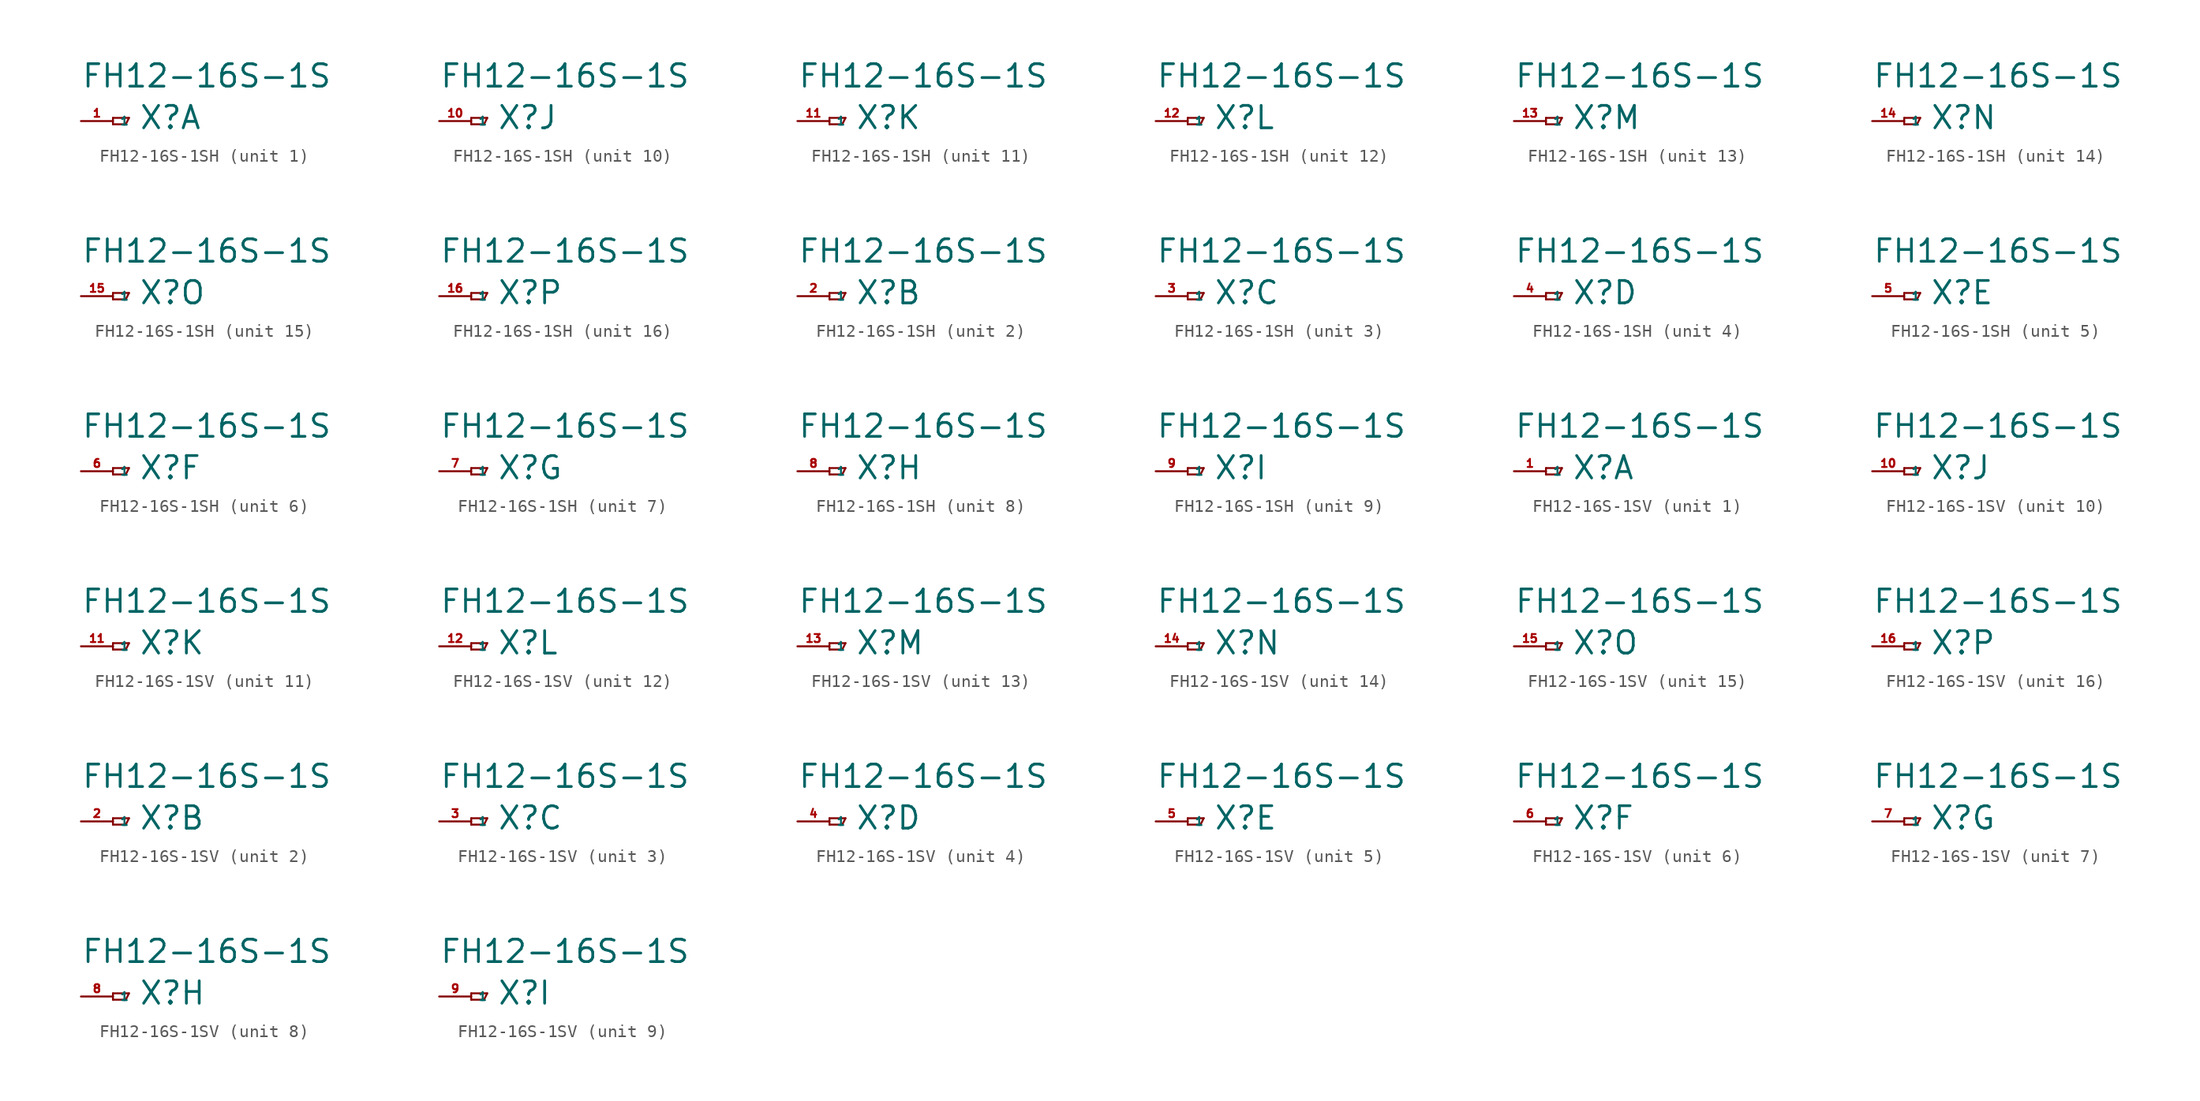
<source format=kicad_sym>
(kicad_symbol_lib
  (version 20220914)
  (generator Eagle2Kicad)
  (symbol "FH12-16S-1SH"
    (property "Reference" "X"
      (at 2.032 -0.762 0)
      (effects (font (size 1.778 1.778) (thickness 0.22)) (justify left bottom)))
    (property "Value" "FH12-16S-1S"
      (at -2.54 2.54 0)
      (effects (font (size 1.778 1.778) (thickness 0.22)) (justify left bottom)))
    (symbol "FH12-16S-1SH_1_0"
      (polyline (pts (xy 0 0.254) (xy 0 -0.254)) (stroke (width 0.152) (type default)) (fill (type none)))
      (polyline (pts (xy 0 -0.254) (xy 1.016 -0.254)) (stroke (width 0.152) (type default)) (fill (type none)))
      (polyline (pts (xy 1.016 -0.254) (xy 1.27 0.254)) (stroke (width 0.152) (type default)) (fill (type none)))
      (polyline (pts (xy 1.27 0.254) (xy 0 0.254)) (stroke (width 0.152) (type default)) (fill (type none)))
      (pin passive line (at -2.54 0 0) (length 2.54) (name "1" (effects (font (size 0.635 0.635) (thickness 0.08)) (justify left bottom))) (number "1" (effects (font (size 0.635 0.635) (thickness 0.08)) (justify left bottom)))))
    (symbol "FH12-16S-1SH_2_0"
      (polyline (pts (xy 0 0.254) (xy 0 -0.254)) (stroke (width 0.152) (type default)) (fill (type none)))
      (polyline (pts (xy 0 -0.254) (xy 1.016 -0.254)) (stroke (width 0.152) (type default)) (fill (type none)))
      (polyline (pts (xy 1.016 -0.254) (xy 1.27 0.254)) (stroke (width 0.152) (type default)) (fill (type none)))
      (polyline (pts (xy 1.27 0.254) (xy 0 0.254)) (stroke (width 0.152) (type default)) (fill (type none)))
      (pin passive line (at -2.54 0 0) (length 2.54) (name "1" (effects (font (size 0.635 0.635) (thickness 0.08)) (justify left bottom))) (number "2" (effects (font (size 0.635 0.635) (thickness 0.08)) (justify left bottom)))))
    (symbol "FH12-16S-1SH_3_0"
      (polyline (pts (xy 0 0.254) (xy 0 -0.254)) (stroke (width 0.152) (type default)) (fill (type none)))
      (polyline (pts (xy 0 -0.254) (xy 1.016 -0.254)) (stroke (width 0.152) (type default)) (fill (type none)))
      (polyline (pts (xy 1.016 -0.254) (xy 1.27 0.254)) (stroke (width 0.152) (type default)) (fill (type none)))
      (polyline (pts (xy 1.27 0.254) (xy 0 0.254)) (stroke (width 0.152) (type default)) (fill (type none)))
      (pin passive line (at -2.54 0 0) (length 2.54) (name "1" (effects (font (size 0.635 0.635) (thickness 0.08)) (justify left bottom))) (number "3" (effects (font (size 0.635 0.635) (thickness 0.08)) (justify left bottom)))))
    (symbol "FH12-16S-1SH_4_0"
      (polyline (pts (xy 0 0.254) (xy 0 -0.254)) (stroke (width 0.152) (type default)) (fill (type none)))
      (polyline (pts (xy 0 -0.254) (xy 1.016 -0.254)) (stroke (width 0.152) (type default)) (fill (type none)))
      (polyline (pts (xy 1.016 -0.254) (xy 1.27 0.254)) (stroke (width 0.152) (type default)) (fill (type none)))
      (polyline (pts (xy 1.27 0.254) (xy 0 0.254)) (stroke (width 0.152) (type default)) (fill (type none)))
      (pin passive line (at -2.54 0 0) (length 2.54) (name "1" (effects (font (size 0.635 0.635) (thickness 0.08)) (justify left bottom))) (number "4" (effects (font (size 0.635 0.635) (thickness 0.08)) (justify left bottom)))))
    (symbol "FH12-16S-1SH_5_0"
      (polyline (pts (xy 0 0.254) (xy 0 -0.254)) (stroke (width 0.152) (type default)) (fill (type none)))
      (polyline (pts (xy 0 -0.254) (xy 1.016 -0.254)) (stroke (width 0.152) (type default)) (fill (type none)))
      (polyline (pts (xy 1.016 -0.254) (xy 1.27 0.254)) (stroke (width 0.152) (type default)) (fill (type none)))
      (polyline (pts (xy 1.27 0.254) (xy 0 0.254)) (stroke (width 0.152) (type default)) (fill (type none)))
      (pin passive line (at -2.54 0 0) (length 2.54) (name "1" (effects (font (size 0.635 0.635) (thickness 0.08)) (justify left bottom))) (number "5" (effects (font (size 0.635 0.635) (thickness 0.08)) (justify left bottom)))))
    (symbol "FH12-16S-1SH_6_0"
      (polyline (pts (xy 0 0.254) (xy 0 -0.254)) (stroke (width 0.152) (type default)) (fill (type none)))
      (polyline (pts (xy 0 -0.254) (xy 1.016 -0.254)) (stroke (width 0.152) (type default)) (fill (type none)))
      (polyline (pts (xy 1.016 -0.254) (xy 1.27 0.254)) (stroke (width 0.152) (type default)) (fill (type none)))
      (polyline (pts (xy 1.27 0.254) (xy 0 0.254)) (stroke (width 0.152) (type default)) (fill (type none)))
      (pin passive line (at -2.54 0 0) (length 2.54) (name "1" (effects (font (size 0.635 0.635) (thickness 0.08)) (justify left bottom))) (number "6" (effects (font (size 0.635 0.635) (thickness 0.08)) (justify left bottom)))))
    (symbol "FH12-16S-1SH_7_0"
      (polyline (pts (xy 0 0.254) (xy 0 -0.254)) (stroke (width 0.152) (type default)) (fill (type none)))
      (polyline (pts (xy 0 -0.254) (xy 1.016 -0.254)) (stroke (width 0.152) (type default)) (fill (type none)))
      (polyline (pts (xy 1.016 -0.254) (xy 1.27 0.254)) (stroke (width 0.152) (type default)) (fill (type none)))
      (polyline (pts (xy 1.27 0.254) (xy 0 0.254)) (stroke (width 0.152) (type default)) (fill (type none)))
      (pin passive line (at -2.54 0 0) (length 2.54) (name "1" (effects (font (size 0.635 0.635) (thickness 0.08)) (justify left bottom))) (number "7" (effects (font (size 0.635 0.635) (thickness 0.08)) (justify left bottom)))))
    (symbol "FH12-16S-1SH_8_0"
      (polyline (pts (xy 0 0.254) (xy 0 -0.254)) (stroke (width 0.152) (type default)) (fill (type none)))
      (polyline (pts (xy 0 -0.254) (xy 1.016 -0.254)) (stroke (width 0.152) (type default)) (fill (type none)))
      (polyline (pts (xy 1.016 -0.254) (xy 1.27 0.254)) (stroke (width 0.152) (type default)) (fill (type none)))
      (polyline (pts (xy 1.27 0.254) (xy 0 0.254)) (stroke (width 0.152) (type default)) (fill (type none)))
      (pin passive line (at -2.54 0 0) (length 2.54) (name "1" (effects (font (size 0.635 0.635) (thickness 0.08)) (justify left bottom))) (number "8" (effects (font (size 0.635 0.635) (thickness 0.08)) (justify left bottom)))))
    (symbol "FH12-16S-1SH_9_0"
      (polyline (pts (xy 0 0.254) (xy 0 -0.254)) (stroke (width 0.152) (type default)) (fill (type none)))
      (polyline (pts (xy 0 -0.254) (xy 1.016 -0.254)) (stroke (width 0.152) (type default)) (fill (type none)))
      (polyline (pts (xy 1.016 -0.254) (xy 1.27 0.254)) (stroke (width 0.152) (type default)) (fill (type none)))
      (polyline (pts (xy 1.27 0.254) (xy 0 0.254)) (stroke (width 0.152) (type default)) (fill (type none)))
      (pin passive line (at -2.54 0 0) (length 2.54) (name "1" (effects (font (size 0.635 0.635) (thickness 0.08)) (justify left bottom))) (number "9" (effects (font (size 0.635 0.635) (thickness 0.08)) (justify left bottom)))))
    (symbol "FH12-16S-1SH_10_0"
      (polyline (pts (xy 0 0.254) (xy 0 -0.254)) (stroke (width 0.152) (type default)) (fill (type none)))
      (polyline (pts (xy 0 -0.254) (xy 1.016 -0.254)) (stroke (width 0.152) (type default)) (fill (type none)))
      (polyline (pts (xy 1.016 -0.254) (xy 1.27 0.254)) (stroke (width 0.152) (type default)) (fill (type none)))
      (polyline (pts (xy 1.27 0.254) (xy 0 0.254)) (stroke (width 0.152) (type default)) (fill (type none)))
      (pin passive line (at -2.54 0 0) (length 2.54) (name "1" (effects (font (size 0.635 0.635) (thickness 0.08)) (justify left bottom))) (number "10" (effects (font (size 0.635 0.635) (thickness 0.08)) (justify left bottom)))))
    (symbol "FH12-16S-1SH_11_0"
      (polyline (pts (xy 0 0.254) (xy 0 -0.254)) (stroke (width 0.152) (type default)) (fill (type none)))
      (polyline (pts (xy 0 -0.254) (xy 1.016 -0.254)) (stroke (width 0.152) (type default)) (fill (type none)))
      (polyline (pts (xy 1.016 -0.254) (xy 1.27 0.254)) (stroke (width 0.152) (type default)) (fill (type none)))
      (polyline (pts (xy 1.27 0.254) (xy 0 0.254)) (stroke (width 0.152) (type default)) (fill (type none)))
      (pin passive line (at -2.54 0 0) (length 2.54) (name "1" (effects (font (size 0.635 0.635) (thickness 0.08)) (justify left bottom))) (number "11" (effects (font (size 0.635 0.635) (thickness 0.08)) (justify left bottom)))))
    (symbol "FH12-16S-1SH_12_0"
      (polyline (pts (xy 0 0.254) (xy 0 -0.254)) (stroke (width 0.152) (type default)) (fill (type none)))
      (polyline (pts (xy 0 -0.254) (xy 1.016 -0.254)) (stroke (width 0.152) (type default)) (fill (type none)))
      (polyline (pts (xy 1.016 -0.254) (xy 1.27 0.254)) (stroke (width 0.152) (type default)) (fill (type none)))
      (polyline (pts (xy 1.27 0.254) (xy 0 0.254)) (stroke (width 0.152) (type default)) (fill (type none)))
      (pin passive line (at -2.54 0 0) (length 2.54) (name "1" (effects (font (size 0.635 0.635) (thickness 0.08)) (justify left bottom))) (number "12" (effects (font (size 0.635 0.635) (thickness 0.08)) (justify left bottom)))))
    (symbol "FH12-16S-1SH_13_0"
      (polyline (pts (xy 0 0.254) (xy 0 -0.254)) (stroke (width 0.152) (type default)) (fill (type none)))
      (polyline (pts (xy 0 -0.254) (xy 1.016 -0.254)) (stroke (width 0.152) (type default)) (fill (type none)))
      (polyline (pts (xy 1.016 -0.254) (xy 1.27 0.254)) (stroke (width 0.152) (type default)) (fill (type none)))
      (polyline (pts (xy 1.27 0.254) (xy 0 0.254)) (stroke (width 0.152) (type default)) (fill (type none)))
      (pin passive line (at -2.54 0 0) (length 2.54) (name "1" (effects (font (size 0.635 0.635) (thickness 0.08)) (justify left bottom))) (number "13" (effects (font (size 0.635 0.635) (thickness 0.08)) (justify left bottom)))))
    (symbol "FH12-16S-1SH_14_0"
      (polyline (pts (xy 0 0.254) (xy 0 -0.254)) (stroke (width 0.152) (type default)) (fill (type none)))
      (polyline (pts (xy 0 -0.254) (xy 1.016 -0.254)) (stroke (width 0.152) (type default)) (fill (type none)))
      (polyline (pts (xy 1.016 -0.254) (xy 1.27 0.254)) (stroke (width 0.152) (type default)) (fill (type none)))
      (polyline (pts (xy 1.27 0.254) (xy 0 0.254)) (stroke (width 0.152) (type default)) (fill (type none)))
      (pin passive line (at -2.54 0 0) (length 2.54) (name "1" (effects (font (size 0.635 0.635) (thickness 0.08)) (justify left bottom))) (number "14" (effects (font (size 0.635 0.635) (thickness 0.08)) (justify left bottom)))))
    (symbol "FH12-16S-1SH_15_0"
      (polyline (pts (xy 0 0.254) (xy 0 -0.254)) (stroke (width 0.152) (type default)) (fill (type none)))
      (polyline (pts (xy 0 -0.254) (xy 1.016 -0.254)) (stroke (width 0.152) (type default)) (fill (type none)))
      (polyline (pts (xy 1.016 -0.254) (xy 1.27 0.254)) (stroke (width 0.152) (type default)) (fill (type none)))
      (polyline (pts (xy 1.27 0.254) (xy 0 0.254)) (stroke (width 0.152) (type default)) (fill (type none)))
      (pin passive line (at -2.54 0 0) (length 2.54) (name "1" (effects (font (size 0.635 0.635) (thickness 0.08)) (justify left bottom))) (number "15" (effects (font (size 0.635 0.635) (thickness 0.08)) (justify left bottom)))))
    (symbol "FH12-16S-1SH_16_0"
      (polyline (pts (xy 0 0.254) (xy 0 -0.254)) (stroke (width 0.152) (type default)) (fill (type none)))
      (polyline (pts (xy 0 -0.254) (xy 1.016 -0.254)) (stroke (width 0.152) (type default)) (fill (type none)))
      (polyline (pts (xy 1.016 -0.254) (xy 1.27 0.254)) (stroke (width 0.152) (type default)) (fill (type none)))
      (polyline (pts (xy 1.27 0.254) (xy 0 0.254)) (stroke (width 0.152) (type default)) (fill (type none)))
      (pin passive line (at -2.54 0 0) (length 2.54) (name "1" (effects (font (size 0.635 0.635) (thickness 0.08)) (justify left bottom))) (number "16" (effects (font (size 0.635 0.635) (thickness 0.08)) (justify left bottom))))))
  (symbol "FH12-16S-1SV"
    (property "Reference" "X"
      (at 2.032 -0.762 0)
      (effects (font (size 1.778 1.778) (thickness 0.22)) (justify left bottom)))
    (property "Value" "FH12-16S-1S"
      (at -2.54 2.54 0)
      (effects (font (size 1.778 1.778) (thickness 0.22)) (justify left bottom)))
    (symbol "FH12-16S-1SV_1_0"
      (polyline (pts (xy 0 0.254) (xy 0 -0.254)) (stroke (width 0.152) (type default)) (fill (type none)))
      (polyline (pts (xy 0 -0.254) (xy 1.016 -0.254)) (stroke (width 0.152) (type default)) (fill (type none)))
      (polyline (pts (xy 1.016 -0.254) (xy 1.27 0.254)) (stroke (width 0.152) (type default)) (fill (type none)))
      (polyline (pts (xy 1.27 0.254) (xy 0 0.254)) (stroke (width 0.152) (type default)) (fill (type none)))
      (pin passive line (at -2.54 0 0) (length 2.54) (name "1" (effects (font (size 0.635 0.635) (thickness 0.08)) (justify left bottom))) (number "1" (effects (font (size 0.635 0.635) (thickness 0.08)) (justify left bottom)))))
    (symbol "FH12-16S-1SV_2_0"
      (polyline (pts (xy 0 0.254) (xy 0 -0.254)) (stroke (width 0.152) (type default)) (fill (type none)))
      (polyline (pts (xy 0 -0.254) (xy 1.016 -0.254)) (stroke (width 0.152) (type default)) (fill (type none)))
      (polyline (pts (xy 1.016 -0.254) (xy 1.27 0.254)) (stroke (width 0.152) (type default)) (fill (type none)))
      (polyline (pts (xy 1.27 0.254) (xy 0 0.254)) (stroke (width 0.152) (type default)) (fill (type none)))
      (pin passive line (at -2.54 0 0) (length 2.54) (name "1" (effects (font (size 0.635 0.635) (thickness 0.08)) (justify left bottom))) (number "2" (effects (font (size 0.635 0.635) (thickness 0.08)) (justify left bottom)))))
    (symbol "FH12-16S-1SV_3_0"
      (polyline (pts (xy 0 0.254) (xy 0 -0.254)) (stroke (width 0.152) (type default)) (fill (type none)))
      (polyline (pts (xy 0 -0.254) (xy 1.016 -0.254)) (stroke (width 0.152) (type default)) (fill (type none)))
      (polyline (pts (xy 1.016 -0.254) (xy 1.27 0.254)) (stroke (width 0.152) (type default)) (fill (type none)))
      (polyline (pts (xy 1.27 0.254) (xy 0 0.254)) (stroke (width 0.152) (type default)) (fill (type none)))
      (pin passive line (at -2.54 0 0) (length 2.54) (name "1" (effects (font (size 0.635 0.635) (thickness 0.08)) (justify left bottom))) (number "3" (effects (font (size 0.635 0.635) (thickness 0.08)) (justify left bottom)))))
    (symbol "FH12-16S-1SV_4_0"
      (polyline (pts (xy 0 0.254) (xy 0 -0.254)) (stroke (width 0.152) (type default)) (fill (type none)))
      (polyline (pts (xy 0 -0.254) (xy 1.016 -0.254)) (stroke (width 0.152) (type default)) (fill (type none)))
      (polyline (pts (xy 1.016 -0.254) (xy 1.27 0.254)) (stroke (width 0.152) (type default)) (fill (type none)))
      (polyline (pts (xy 1.27 0.254) (xy 0 0.254)) (stroke (width 0.152) (type default)) (fill (type none)))
      (pin passive line (at -2.54 0 0) (length 2.54) (name "1" (effects (font (size 0.635 0.635) (thickness 0.08)) (justify left bottom))) (number "4" (effects (font (size 0.635 0.635) (thickness 0.08)) (justify left bottom)))))
    (symbol "FH12-16S-1SV_5_0"
      (polyline (pts (xy 0 0.254) (xy 0 -0.254)) (stroke (width 0.152) (type default)) (fill (type none)))
      (polyline (pts (xy 0 -0.254) (xy 1.016 -0.254)) (stroke (width 0.152) (type default)) (fill (type none)))
      (polyline (pts (xy 1.016 -0.254) (xy 1.27 0.254)) (stroke (width 0.152) (type default)) (fill (type none)))
      (polyline (pts (xy 1.27 0.254) (xy 0 0.254)) (stroke (width 0.152) (type default)) (fill (type none)))
      (pin passive line (at -2.54 0 0) (length 2.54) (name "1" (effects (font (size 0.635 0.635) (thickness 0.08)) (justify left bottom))) (number "5" (effects (font (size 0.635 0.635) (thickness 0.08)) (justify left bottom)))))
    (symbol "FH12-16S-1SV_6_0"
      (polyline (pts (xy 0 0.254) (xy 0 -0.254)) (stroke (width 0.152) (type default)) (fill (type none)))
      (polyline (pts (xy 0 -0.254) (xy 1.016 -0.254)) (stroke (width 0.152) (type default)) (fill (type none)))
      (polyline (pts (xy 1.016 -0.254) (xy 1.27 0.254)) (stroke (width 0.152) (type default)) (fill (type none)))
      (polyline (pts (xy 1.27 0.254) (xy 0 0.254)) (stroke (width 0.152) (type default)) (fill (type none)))
      (pin passive line (at -2.54 0 0) (length 2.54) (name "1" (effects (font (size 0.635 0.635) (thickness 0.08)) (justify left bottom))) (number "6" (effects (font (size 0.635 0.635) (thickness 0.08)) (justify left bottom)))))
    (symbol "FH12-16S-1SV_7_0"
      (polyline (pts (xy 0 0.254) (xy 0 -0.254)) (stroke (width 0.152) (type default)) (fill (type none)))
      (polyline (pts (xy 0 -0.254) (xy 1.016 -0.254)) (stroke (width 0.152) (type default)) (fill (type none)))
      (polyline (pts (xy 1.016 -0.254) (xy 1.27 0.254)) (stroke (width 0.152) (type default)) (fill (type none)))
      (polyline (pts (xy 1.27 0.254) (xy 0 0.254)) (stroke (width 0.152) (type default)) (fill (type none)))
      (pin passive line (at -2.54 0 0) (length 2.54) (name "1" (effects (font (size 0.635 0.635) (thickness 0.08)) (justify left bottom))) (number "7" (effects (font (size 0.635 0.635) (thickness 0.08)) (justify left bottom)))))
    (symbol "FH12-16S-1SV_8_0"
      (polyline (pts (xy 0 0.254) (xy 0 -0.254)) (stroke (width 0.152) (type default)) (fill (type none)))
      (polyline (pts (xy 0 -0.254) (xy 1.016 -0.254)) (stroke (width 0.152) (type default)) (fill (type none)))
      (polyline (pts (xy 1.016 -0.254) (xy 1.27 0.254)) (stroke (width 0.152) (type default)) (fill (type none)))
      (polyline (pts (xy 1.27 0.254) (xy 0 0.254)) (stroke (width 0.152) (type default)) (fill (type none)))
      (pin passive line (at -2.54 0 0) (length 2.54) (name "1" (effects (font (size 0.635 0.635) (thickness 0.08)) (justify left bottom))) (number "8" (effects (font (size 0.635 0.635) (thickness 0.08)) (justify left bottom)))))
    (symbol "FH12-16S-1SV_9_0"
      (polyline (pts (xy 0 0.254) (xy 0 -0.254)) (stroke (width 0.152) (type default)) (fill (type none)))
      (polyline (pts (xy 0 -0.254) (xy 1.016 -0.254)) (stroke (width 0.152) (type default)) (fill (type none)))
      (polyline (pts (xy 1.016 -0.254) (xy 1.27 0.254)) (stroke (width 0.152) (type default)) (fill (type none)))
      (polyline (pts (xy 1.27 0.254) (xy 0 0.254)) (stroke (width 0.152) (type default)) (fill (type none)))
      (pin passive line (at -2.54 0 0) (length 2.54) (name "1" (effects (font (size 0.635 0.635) (thickness 0.08)) (justify left bottom))) (number "9" (effects (font (size 0.635 0.635) (thickness 0.08)) (justify left bottom)))))
    (symbol "FH12-16S-1SV_10_0"
      (polyline (pts (xy 0 0.254) (xy 0 -0.254)) (stroke (width 0.152) (type default)) (fill (type none)))
      (polyline (pts (xy 0 -0.254) (xy 1.016 -0.254)) (stroke (width 0.152) (type default)) (fill (type none)))
      (polyline (pts (xy 1.016 -0.254) (xy 1.27 0.254)) (stroke (width 0.152) (type default)) (fill (type none)))
      (polyline (pts (xy 1.27 0.254) (xy 0 0.254)) (stroke (width 0.152) (type default)) (fill (type none)))
      (pin passive line (at -2.54 0 0) (length 2.54) (name "1" (effects (font (size 0.635 0.635) (thickness 0.08)) (justify left bottom))) (number "10" (effects (font (size 0.635 0.635) (thickness 0.08)) (justify left bottom)))))
    (symbol "FH12-16S-1SV_11_0"
      (polyline (pts (xy 0 0.254) (xy 0 -0.254)) (stroke (width 0.152) (type default)) (fill (type none)))
      (polyline (pts (xy 0 -0.254) (xy 1.016 -0.254)) (stroke (width 0.152) (type default)) (fill (type none)))
      (polyline (pts (xy 1.016 -0.254) (xy 1.27 0.254)) (stroke (width 0.152) (type default)) (fill (type none)))
      (polyline (pts (xy 1.27 0.254) (xy 0 0.254)) (stroke (width 0.152) (type default)) (fill (type none)))
      (pin passive line (at -2.54 0 0) (length 2.54) (name "1" (effects (font (size 0.635 0.635) (thickness 0.08)) (justify left bottom))) (number "11" (effects (font (size 0.635 0.635) (thickness 0.08)) (justify left bottom)))))
    (symbol "FH12-16S-1SV_12_0"
      (polyline (pts (xy 0 0.254) (xy 0 -0.254)) (stroke (width 0.152) (type default)) (fill (type none)))
      (polyline (pts (xy 0 -0.254) (xy 1.016 -0.254)) (stroke (width 0.152) (type default)) (fill (type none)))
      (polyline (pts (xy 1.016 -0.254) (xy 1.27 0.254)) (stroke (width 0.152) (type default)) (fill (type none)))
      (polyline (pts (xy 1.27 0.254) (xy 0 0.254)) (stroke (width 0.152) (type default)) (fill (type none)))
      (pin passive line (at -2.54 0 0) (length 2.54) (name "1" (effects (font (size 0.635 0.635) (thickness 0.08)) (justify left bottom))) (number "12" (effects (font (size 0.635 0.635) (thickness 0.08)) (justify left bottom)))))
    (symbol "FH12-16S-1SV_13_0"
      (polyline (pts (xy 0 0.254) (xy 0 -0.254)) (stroke (width 0.152) (type default)) (fill (type none)))
      (polyline (pts (xy 0 -0.254) (xy 1.016 -0.254)) (stroke (width 0.152) (type default)) (fill (type none)))
      (polyline (pts (xy 1.016 -0.254) (xy 1.27 0.254)) (stroke (width 0.152) (type default)) (fill (type none)))
      (polyline (pts (xy 1.27 0.254) (xy 0 0.254)) (stroke (width 0.152) (type default)) (fill (type none)))
      (pin passive line (at -2.54 0 0) (length 2.54) (name "1" (effects (font (size 0.635 0.635) (thickness 0.08)) (justify left bottom))) (number "13" (effects (font (size 0.635 0.635) (thickness 0.08)) (justify left bottom)))))
    (symbol "FH12-16S-1SV_14_0"
      (polyline (pts (xy 0 0.254) (xy 0 -0.254)) (stroke (width 0.152) (type default)) (fill (type none)))
      (polyline (pts (xy 0 -0.254) (xy 1.016 -0.254)) (stroke (width 0.152) (type default)) (fill (type none)))
      (polyline (pts (xy 1.016 -0.254) (xy 1.27 0.254)) (stroke (width 0.152) (type default)) (fill (type none)))
      (polyline (pts (xy 1.27 0.254) (xy 0 0.254)) (stroke (width 0.152) (type default)) (fill (type none)))
      (pin passive line (at -2.54 0 0) (length 2.54) (name "1" (effects (font (size 0.635 0.635) (thickness 0.08)) (justify left bottom))) (number "14" (effects (font (size 0.635 0.635) (thickness 0.08)) (justify left bottom)))))
    (symbol "FH12-16S-1SV_15_0"
      (polyline (pts (xy 0 0.254) (xy 0 -0.254)) (stroke (width 0.152) (type default)) (fill (type none)))
      (polyline (pts (xy 0 -0.254) (xy 1.016 -0.254)) (stroke (width 0.152) (type default)) (fill (type none)))
      (polyline (pts (xy 1.016 -0.254) (xy 1.27 0.254)) (stroke (width 0.152) (type default)) (fill (type none)))
      (polyline (pts (xy 1.27 0.254) (xy 0 0.254)) (stroke (width 0.152) (type default)) (fill (type none)))
      (pin passive line (at -2.54 0 0) (length 2.54) (name "1" (effects (font (size 0.635 0.635) (thickness 0.08)) (justify left bottom))) (number "15" (effects (font (size 0.635 0.635) (thickness 0.08)) (justify left bottom)))))
    (symbol "FH12-16S-1SV_16_0"
      (polyline (pts (xy 0 0.254) (xy 0 -0.254)) (stroke (width 0.152) (type default)) (fill (type none)))
      (polyline (pts (xy 0 -0.254) (xy 1.016 -0.254)) (stroke (width 0.152) (type default)) (fill (type none)))
      (polyline (pts (xy 1.016 -0.254) (xy 1.27 0.254)) (stroke (width 0.152) (type default)) (fill (type none)))
      (polyline (pts (xy 1.27 0.254) (xy 0 0.254)) (stroke (width 0.152) (type default)) (fill (type none)))
      (pin passive line (at -2.54 0 0) (length 2.54) (name "1" (effects (font (size 0.635 0.635) (thickness 0.08)) (justify left bottom))) (number "16" (effects (font (size 0.635 0.635) (thickness 0.08)) (justify left bottom)))))))
</source>
